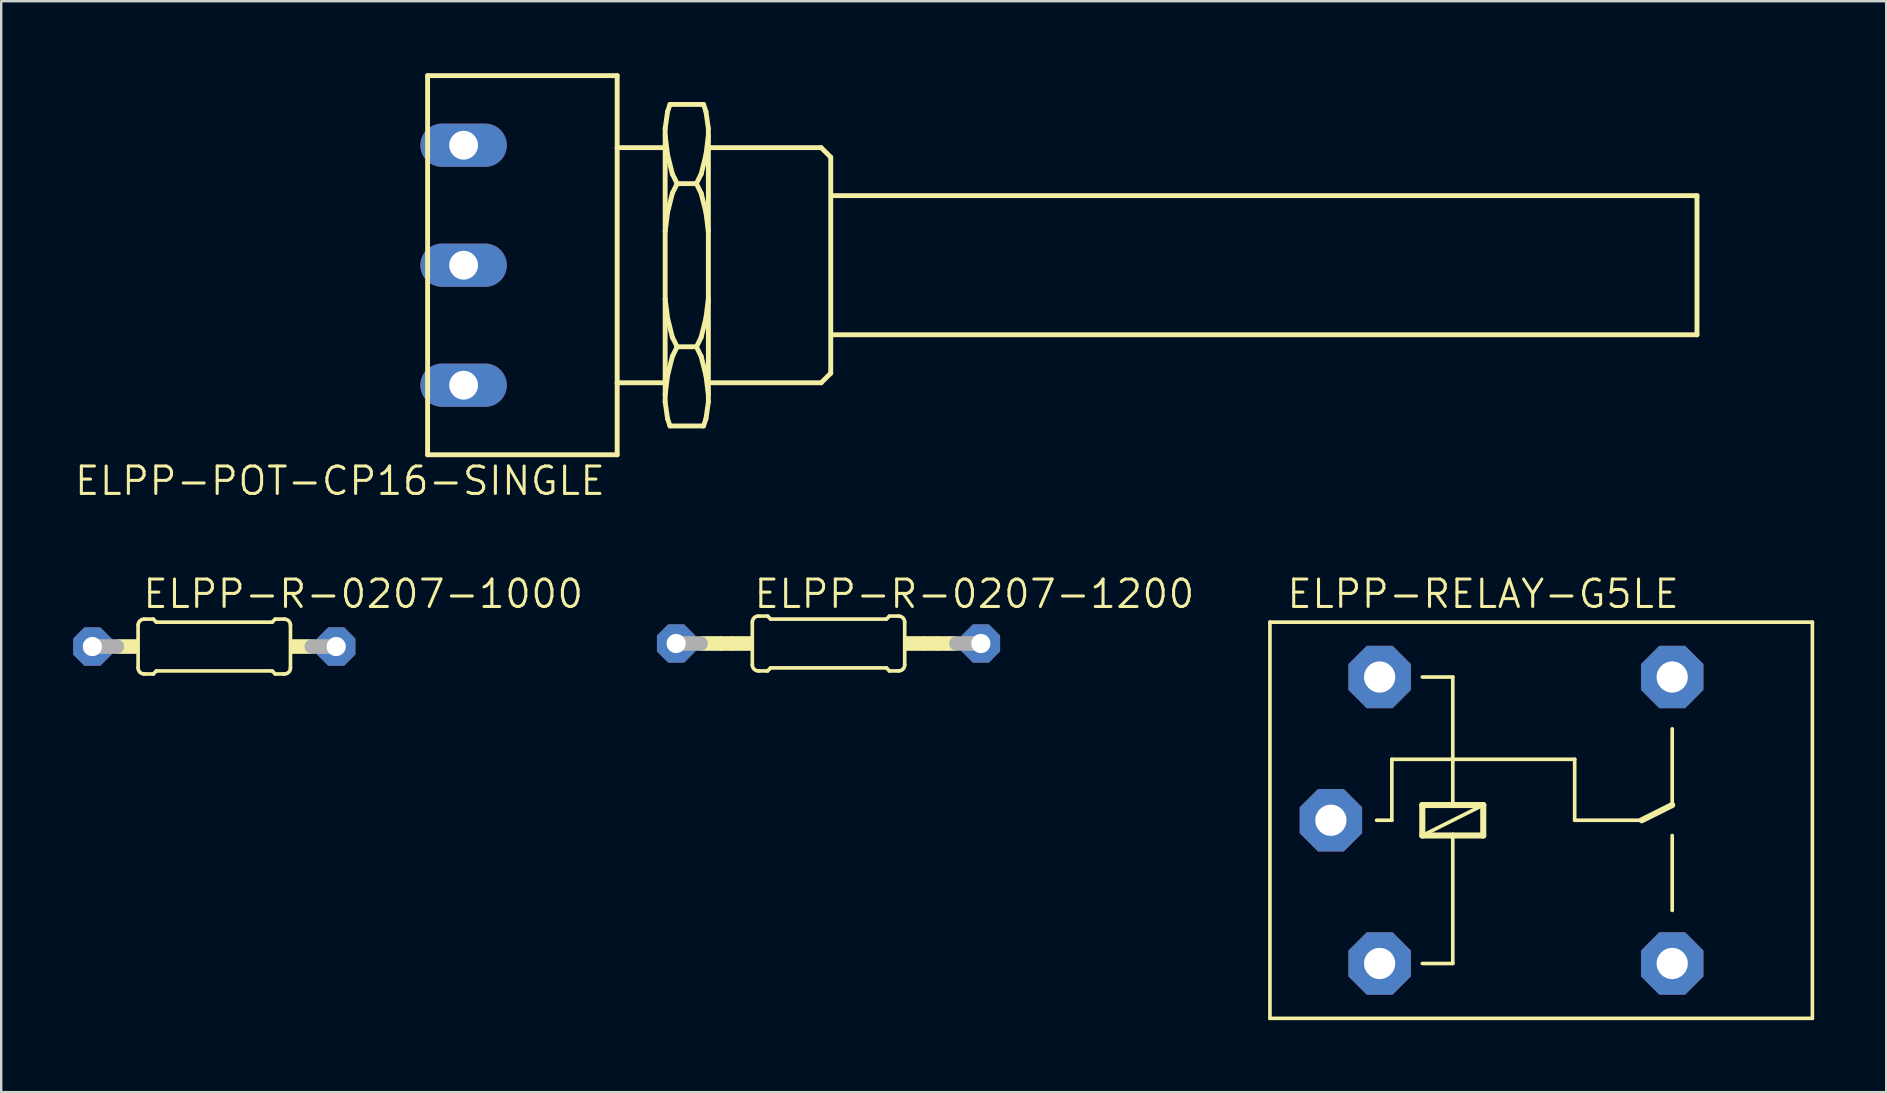
<source format=kicad_pcb>
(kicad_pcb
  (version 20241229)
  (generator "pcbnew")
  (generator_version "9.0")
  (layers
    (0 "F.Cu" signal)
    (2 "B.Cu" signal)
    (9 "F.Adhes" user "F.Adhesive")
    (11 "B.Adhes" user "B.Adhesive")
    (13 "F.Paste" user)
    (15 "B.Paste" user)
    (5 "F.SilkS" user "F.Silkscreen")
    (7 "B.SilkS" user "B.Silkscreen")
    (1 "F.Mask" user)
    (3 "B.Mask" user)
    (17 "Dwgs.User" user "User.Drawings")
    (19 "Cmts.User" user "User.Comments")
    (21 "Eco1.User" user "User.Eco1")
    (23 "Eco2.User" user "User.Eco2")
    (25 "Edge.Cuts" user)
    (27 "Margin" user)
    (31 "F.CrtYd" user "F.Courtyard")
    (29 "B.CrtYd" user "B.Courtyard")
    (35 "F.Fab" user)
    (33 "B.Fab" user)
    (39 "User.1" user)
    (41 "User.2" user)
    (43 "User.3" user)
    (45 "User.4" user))
  (footprint "ELPP-R-0207-1000"
    (layer "F.Cu")
    (at 5.88 23.894)
    (property "Reference" "ELPP-R-0207-1000" (at -3.048 -1.524 0) (unlocked yes) (layer "F.SilkS") (effects (font (size 1.143 1.143) (thickness 0.127)) (justify left bottom)))
    (fp_line (start -3.175 0.889) (end -3.175 -0.889) (stroke (width 0.152) (type solid)) (layer "F.SilkS"))
    (fp_line (start -2.921 -1.143) (end -2.54 -1.143) (stroke (width 0.152) (type solid)) (layer "F.SilkS"))
    (fp_line (start -2.921 1.143) (end -2.54 1.143) (stroke (width 0.152) (type solid)) (layer "F.SilkS"))
    (fp_line (start -2.413 -1.016) (end -2.54 -1.143) (stroke (width 0.152) (type solid)) (layer "F.SilkS"))
    (fp_line (start -2.413 1.016) (end -2.54 1.143) (stroke (width 0.152) (type solid)) (layer "F.SilkS"))
    (fp_line (start 2.413 -1.016) (end -2.413 -1.016) (stroke (width 0.152) (type solid)) (layer "F.SilkS"))
    (fp_line (start 2.413 -1.016) (end 2.54 -1.143) (stroke (width 0.152) (type solid)) (layer "F.SilkS"))
    (fp_line (start 2.413 1.016) (end -2.413 1.016) (stroke (width 0.152) (type solid)) (layer "F.SilkS"))
    (fp_line (start 2.413 1.016) (end 2.54 1.143) (stroke (width 0.152) (type solid)) (layer "F.SilkS"))
    (fp_line (start 2.921 -1.143) (end 2.54 -1.143) (stroke (width 0.152) (type solid)) (layer "F.SilkS"))
    (fp_line (start 2.921 1.143) (end 2.54 1.143) (stroke (width 0.152) (type solid)) (layer "F.SilkS"))
    (fp_line (start 3.175 0.889) (end 3.175 -0.889) (stroke (width 0.152) (type solid)) (layer "F.SilkS"))
    (fp_arc (start -3.175 -0.889) (mid -3.100605 -1.068605) (end -2.921 -1.143) (stroke (width 0.1524) (type solid)) (layer "F.SilkS"))
    (fp_arc (start -2.921 1.143) (mid -3.100605 1.068605) (end -3.175 0.889) (stroke (width 0.1524) (type solid)) (layer "F.SilkS"))
    (fp_arc (start 2.921 -1.143) (mid 3.100605 -1.068605) (end 3.175 -0.889) (stroke (width 0.1524) (type solid)) (layer "F.SilkS"))
    (fp_arc (start 3.175 0.889) (mid 3.100605 1.068605) (end 2.921 1.143) (stroke (width 0.1524) (type solid)) (layer "F.SilkS"))
    (fp_poly (pts (xy -4.039 0.305) (xy -3.175 0.305) (xy -3.175 -0.305) (xy -4.039 -0.305)) (stroke (width 0) (type default)) (fill yes) (layer "F.SilkS"))
    (fp_poly (pts (xy 3.175 0.305) (xy 4.039 0.305) (xy 4.039 -0.305) (xy 3.175 -0.305)) (stroke (width 0) (type default)) (fill yes) (layer "F.SilkS"))
    (fp_line (start -5.08 0) (end -4.064 0) (stroke (width 0.61) (type solid)) (layer "F.Fab"))
    (fp_line (start 5.08 0) (end 4.064 0) (stroke (width 0.61) (type solid)) (layer "F.Fab"))
    (pad "1" thru_hole roundrect (at -5.08 0) (size 1.6 1.6) (drill 0.8) (layers "*.Cu" "*.Mask") (roundrect_rratio 0.25) (chamfer_ratio 0.293) (chamfer top_left top_right bottom_left bottom_right))
    (pad "2" thru_hole roundrect (at 5.08 0) (size 1.6 1.6) (drill 0.8) (layers "*.Cu" "*.Mask") (roundrect_rratio 0.25) (chamfer_ratio 0.293) (chamfer top_left top_right bottom_left bottom_right)))
  (footprint "ELPP-R-0207-1200"
    (layer "F.Cu")
    (at 31.477 23.767)
    (property "Reference" "ELPP-R-0207-1200" (at -3.175 -1.397 0) (unlocked yes) (layer "F.SilkS") (effects (font (size 1.143 1.143) (thickness 0.127)) (justify left bottom)))
    (fp_line (start -4.445 0) (end -4.064 0) (stroke (width 0.61) (type solid)) (layer "F.SilkS"))
    (fp_line (start -3.175 0.889) (end -3.175 -0.889) (stroke (width 0.152) (type solid)) (layer "F.SilkS"))
    (fp_line (start -2.921 -1.143) (end -2.54 -1.143) (stroke (width 0.152) (type solid)) (layer "F.SilkS"))
    (fp_line (start -2.921 1.143) (end -2.54 1.143) (stroke (width 0.152) (type solid)) (layer "F.SilkS"))
    (fp_line (start -2.413 -1.016) (end -2.54 -1.143) (stroke (width 0.152) (type solid)) (layer "F.SilkS"))
    (fp_line (start -2.413 1.016) (end -2.54 1.143) (stroke (width 0.152) (type solid)) (layer "F.SilkS"))
    (fp_line (start 2.413 -1.016) (end -2.413 -1.016) (stroke (width 0.152) (type solid)) (layer "F.SilkS"))
    (fp_line (start 2.413 -1.016) (end 2.54 -1.143) (stroke (width 0.152) (type solid)) (layer "F.SilkS"))
    (fp_line (start 2.413 1.016) (end -2.413 1.016) (stroke (width 0.152) (type solid)) (layer "F.SilkS"))
    (fp_line (start 2.413 1.016) (end 2.54 1.143) (stroke (width 0.152) (type solid)) (layer "F.SilkS"))
    (fp_line (start 2.921 -1.143) (end 2.54 -1.143) (stroke (width 0.152) (type solid)) (layer "F.SilkS"))
    (fp_line (start 2.921 1.143) (end 2.54 1.143) (stroke (width 0.152) (type solid)) (layer "F.SilkS"))
    (fp_line (start 3.175 0.889) (end 3.175 -0.889) (stroke (width 0.152) (type solid)) (layer "F.SilkS"))
    (fp_line (start 4.445 0) (end 4.064 0) (stroke (width 0.61) (type solid)) (layer "F.SilkS"))
    (fp_arc (start -3.175 -0.889) (mid -3.100605 -1.068605) (end -2.921 -1.143) (stroke (width 0.1524) (type solid)) (layer "F.SilkS"))
    (fp_arc (start -2.921 1.143) (mid -3.100605 1.068605) (end -3.175 0.889) (stroke (width 0.1524) (type solid)) (layer "F.SilkS"))
    (fp_arc (start 2.921 -1.143) (mid 3.100605 -1.068605) (end 3.175 -0.889) (stroke (width 0.1524) (type solid)) (layer "F.SilkS"))
    (fp_arc (start 3.175 0.889) (mid 3.100605 1.068605) (end 2.921 1.143) (stroke (width 0.1524) (type solid)) (layer "F.SilkS"))
    (fp_poly (pts (xy -5.309 0.305) (xy -4.445 0.305) (xy -4.445 -0.305) (xy -5.309 -0.305)) (stroke (width 0) (type default)) (fill yes) (layer "F.SilkS"))
    (fp_poly (pts (xy -4.039 0.305) (xy -3.175 0.305) (xy -3.175 -0.305) (xy -4.039 -0.305)) (stroke (width 0) (type default)) (fill yes) (layer "F.SilkS"))
    (fp_poly (pts (xy 3.175 0.305) (xy 4.039 0.305) (xy 4.039 -0.305) (xy 3.175 -0.305)) (stroke (width 0) (type default)) (fill yes) (layer "F.SilkS"))
    (fp_poly (pts (xy 4.445 0.305) (xy 5.309 0.305) (xy 5.309 -0.305) (xy 4.445 -0.305)) (stroke (width 0) (type default)) (fill yes) (layer "F.SilkS"))
    (fp_line (start -6.35 0) (end -5.334 0) (stroke (width 0.61) (type solid)) (layer "F.Fab"))
    (fp_line (start 6.35 0) (end 5.334 0) (stroke (width 0.61) (type solid)) (layer "F.Fab"))
    (pad "1" thru_hole roundrect (at -6.35 0) (size 1.6 1.6) (drill 0.8) (layers "*.Cu" "*.Mask") (roundrect_rratio 0.25) (chamfer_ratio 0.293) (chamfer top_left top_right bottom_left bottom_right))
    (pad "2" thru_hole roundrect (at 6.35 0) (size 1.6 1.6) (drill 0.8) (layers "*.Cu" "*.Mask") (roundrect_rratio 0.25) (chamfer_ratio 0.293) (chamfer top_left top_right bottom_left bottom_right)))
  (footprint "ELPP-POT-CP16-SINGLE"
    (layer "F.Cu")
    (at 16.42 8.002)
    (property "Reference" "ELPP-POT-CP16-SINGLE" (at 5.83 8.32 0) (unlocked yes) (layer "F.SilkS") (effects (font (size 1.143 1.143) (thickness 0.127)) (justify right top)))
    (fp_line (start -1.65 7.9) (end -1.65 -7.9) (stroke (width 0.203) (type solid)) (layer "F.SilkS"))
    (fp_line (start -1.65 7.9) (end 6.25 7.9) (stroke (width 0.203) (type solid)) (layer "F.SilkS"))
    (fp_line (start 6.25 -7.9) (end -1.65 -7.9) (stroke (width 0.203) (type solid)) (layer "F.SilkS"))
    (fp_line (start 6.25 -4.9) (end 6.25 -7.9) (stroke (width 0.203) (type solid)) (layer "F.SilkS"))
    (fp_line (start 6.25 -4.9) (end 8.25 -4.9) (stroke (width 0.203) (type solid)) (layer "F.SilkS"))
    (fp_line (start 6.25 4.9) (end 6.25 -4.9) (stroke (width 0.203) (type solid)) (layer "F.SilkS"))
    (fp_line (start 6.25 4.9) (end 8.25 4.9) (stroke (width 0.203) (type solid)) (layer "F.SilkS"))
    (fp_line (start 6.25 7.9) (end 6.25 4.9) (stroke (width 0.203) (type solid)) (layer "F.SilkS"))
    (fp_line (start 8.25 -5.7) (end 8.35 -6.4) (stroke (width 0.203) (type solid)) (layer "F.SilkS"))
    (fp_line (start 8.25 -4.9) (end 8.25 -5.7) (stroke (width 0.203) (type solid)) (layer "F.SilkS"))
    (fp_line (start 8.25 4.9) (end 8.25 -4.9) (stroke (width 0.203) (type solid)) (layer "F.SilkS"))
    (fp_line (start 8.25 5.7) (end 8.25 4.9) (stroke (width 0.203) (type solid)) (layer "F.SilkS"))
    (fp_line (start 8.35 -6.4) (end 8.45 -6.7) (stroke (width 0.203) (type solid)) (layer "F.SilkS"))
    (fp_line (start 8.35 -4.6) (end 8.25 -5.4) (stroke (width 0.203) (type solid)) (layer "F.SilkS"))
    (fp_line (start 8.35 -2.2) (end 8.25 -1.4) (stroke (width 0.203) (type solid)) (layer "F.SilkS"))
    (fp_line (start 8.35 2.2) (end 8.25 1.4) (stroke (width 0.203) (type solid)) (layer "F.SilkS"))
    (fp_line (start 8.35 4.6) (end 8.25 5.4) (stroke (width 0.203) (type solid)) (layer "F.SilkS"))
    (fp_line (start 8.35 6.4) (end 8.25 5.7) (stroke (width 0.203) (type solid)) (layer "F.SilkS"))
    (fp_line (start 8.45 -6.7) (end 9.85 -6.7) (stroke (width 0.203) (type solid)) (layer "F.SilkS"))
    (fp_line (start 8.45 6.7) (end 8.35 6.4) (stroke (width 0.203) (type solid)) (layer "F.SilkS"))
    (fp_line (start 8.55 -3.8) (end 8.35 -4.6) (stroke (width 0.203) (type solid)) (layer "F.SilkS"))
    (fp_line (start 8.55 -3) (end 8.35 -2.2) (stroke (width 0.203) (type solid)) (layer "F.SilkS"))
    (fp_line (start 8.55 3) (end 8.35 2.2) (stroke (width 0.203) (type solid)) (layer "F.SilkS"))
    (fp_line (start 8.55 3.8) (end 8.35 4.6) (stroke (width 0.203) (type solid)) (layer "F.SilkS"))
    (fp_line (start 8.75 -3.4) (end 8.55 -3.8) (stroke (width 0.203) (type solid)) (layer "F.SilkS"))
    (fp_line (start 8.75 -3.4) (end 8.55 -3) (stroke (width 0.203) (type solid)) (layer "F.SilkS"))
    (fp_line (start 8.75 -3.4) (end 9.55 -3.4) (stroke (width 0.203) (type solid)) (layer "F.SilkS"))
    (fp_line (start 8.75 3.4) (end 8.55 3) (stroke (width 0.203) (type solid)) (layer "F.SilkS"))
    (fp_line (start 8.75 3.4) (end 8.55 3.8) (stroke (width 0.203) (type solid)) (layer "F.SilkS"))
    (fp_line (start 8.75 3.4) (end 9.55 3.4) (stroke (width 0.203) (type solid)) (layer "F.SilkS"))
    (fp_line (start 9.55 -3.4) (end 9.75 -3.8) (stroke (width 0.203) (type solid)) (layer "F.SilkS"))
    (fp_line (start 9.55 -3.4) (end 9.75 -3) (stroke (width 0.203) (type solid)) (layer "F.SilkS"))
    (fp_line (start 9.55 3.4) (end 9.75 3.8) (stroke (width 0.203) (type solid)) (layer "F.SilkS"))
    (fp_line (start 9.55 3.407) (end 9.75 3.007) (stroke (width 0.203) (type solid)) (layer "F.SilkS"))
    (fp_line (start 9.75 -3.8) (end 9.95 -4.6) (stroke (width 0.203) (type solid)) (layer "F.SilkS"))
    (fp_line (start 9.75 -3) (end 9.95 -2.2) (stroke (width 0.203) (type solid)) (layer "F.SilkS"))
    (fp_line (start 9.75 3) (end 9.95 2.2) (stroke (width 0.203) (type solid)) (layer "F.SilkS"))
    (fp_line (start 9.75 3.8) (end 9.95 4.6) (stroke (width 0.203) (type solid)) (layer "F.SilkS"))
    (fp_line (start 9.85 -6.7) (end 9.95 -6.4) (stroke (width 0.203) (type solid)) (layer "F.SilkS"))
    (fp_line (start 9.85 6.7) (end 8.45 6.7) (stroke (width 0.203) (type solid)) (layer "F.SilkS"))
    (fp_line (start 9.95 -6.4) (end 10.05 -5.7) (stroke (width 0.203) (type solid)) (layer "F.SilkS"))
    (fp_line (start 9.95 -4.6) (end 10.05 -5.4) (stroke (width 0.203) (type solid)) (layer "F.SilkS"))
    (fp_line (start 9.95 -2.2) (end 10.05 -1.4) (stroke (width 0.203) (type solid)) (layer "F.SilkS"))
    (fp_line (start 9.95 2.2) (end 10.05 1.4) (stroke (width 0.203) (type solid)) (layer "F.SilkS"))
    (fp_line (start 9.95 4.6) (end 10.05 5.4) (stroke (width 0.203) (type solid)) (layer "F.SilkS"))
    (fp_line (start 9.95 6.4) (end 9.85 6.7) (stroke (width 0.203) (type solid)) (layer "F.SilkS"))
    (fp_line (start 10.05 -5.7) (end 10.05 -4.9) (stroke (width 0.203) (type solid)) (layer "F.SilkS"))
    (fp_line (start 10.05 -4.9) (end 10.05 4.9) (stroke (width 0.203) (type solid)) (layer "F.SilkS"))
    (fp_line (start 10.05 -4.9) (end 14.75 -4.9) (stroke (width 0.203) (type solid)) (layer "F.SilkS"))
    (fp_line (start 10.05 4.9) (end 10.05 5.7) (stroke (width 0.203) (type solid)) (layer "F.SilkS"))
    (fp_line (start 10.05 4.9) (end 14.75 4.9) (stroke (width 0.203) (type solid)) (layer "F.SilkS"))
    (fp_line (start 10.05 5.7) (end 9.95 6.4) (stroke (width 0.203) (type solid)) (layer "F.SilkS"))
    (fp_line (start 14.75 4.9) (end 15.15 4.5) (stroke (width 0.203) (type solid)) (layer "F.SilkS"))
    (fp_line (start 15.15 -4.5) (end 14.75 -4.9) (stroke (width 0.203) (type solid)) (layer "F.SilkS"))
    (fp_line (start 15.15 4.5) (end 15.15 -4.5) (stroke (width 0.203) (type solid)) (layer "F.SilkS"))
    (fp_line (start 15.25 -2.9) (end 51.25 -2.9) (stroke (width 0.203) (type solid)) (layer "F.SilkS"))
    (fp_line (start 15.25 2.9) (end 51.25 2.9) (stroke (width 0.203) (type solid)) (layer "F.SilkS"))
    (fp_line (start 51.25 2.9) (end 51.25 -2.9) (stroke (width 0.203) (type solid)) (layer "F.SilkS"))
    (pad "1A" thru_hole oval (at -0.15 5 180) (size 3.6 1.8) (drill 1.2) (layers "*.Cu" "*.Mask"))
    (pad "1E" thru_hole oval (at -0.15 -5 180) (size 3.6 1.8) (drill 1.2) (layers "*.Cu" "*.Mask"))
    (pad "1S" thru_hole oval (at -0.15 0 180) (size 3.6 1.8) (drill 1.2) (layers "*.Cu" "*.Mask")))
  (footprint "ELPP-RELAY-G5LE"
    (layer "F.Cu")
    (at 61.938 31.133)
    (property "Reference" "ELPP-RELAY-G5LE" (at -11.43 -8.763 0) (unlocked yes) (layer "F.SilkS") (effects (font (size 1.143 1.143) (thickness 0.127)) (justify left bottom)))
    (fp_line (start -12.065 -8.255) (end -12.065 8.255) (stroke (width 0.152) (type solid)) (layer "F.SilkS"))
    (fp_line (start -12.065 -8.255) (end 10.541 -8.255) (stroke (width 0.152) (type solid)) (layer "F.SilkS"))
    (fp_line (start -6.985 -2.54) (end -6.985 0) (stroke (width 0.152) (type solid)) (layer "F.SilkS"))
    (fp_line (start -6.985 0) (end -7.62 0) (stroke (width 0.152) (type solid)) (layer "F.SilkS"))
    (fp_line (start -5.715 -5.969) (end -4.445 -5.969) (stroke (width 0.152) (type solid)) (layer "F.SilkS"))
    (fp_line (start -5.715 0.635) (end -5.715 -0.635) (stroke (width 0.254) (type solid)) (layer "F.SilkS"))
    (fp_line (start -5.715 0.635) (end -4.445 0.635) (stroke (width 0.254) (type solid)) (layer "F.SilkS"))
    (fp_line (start -5.715 0.635) (end -3.175 -0.635) (stroke (width 0.152) (type solid)) (layer "F.SilkS"))
    (fp_line (start -4.445 -5.969) (end -4.445 -0.635) (stroke (width 0.152) (type solid)) (layer "F.SilkS"))
    (fp_line (start -4.445 -0.635) (end -5.715 -0.635) (stroke (width 0.254) (type solid)) (layer "F.SilkS"))
    (fp_line (start -4.445 0.635) (end -4.445 5.969) (stroke (width 0.152) (type solid)) (layer "F.SilkS"))
    (fp_line (start -4.445 0.635) (end -3.175 0.635) (stroke (width 0.254) (type solid)) (layer "F.SilkS"))
    (fp_line (start -4.445 5.969) (end -5.715 5.969) (stroke (width 0.152) (type solid)) (layer "F.SilkS"))
    (fp_line (start -3.175 -0.635) (end -4.445 -0.635) (stroke (width 0.254) (type solid)) (layer "F.SilkS"))
    (fp_line (start -3.175 0.635) (end -3.175 -0.635) (stroke (width 0.254) (type solid)) (layer "F.SilkS"))
    (fp_line (start 0.635 -2.54) (end -6.985 -2.54) (stroke (width 0.152) (type solid)) (layer "F.SilkS"))
    (fp_line (start 0.635 0) (end 0.635 -2.54) (stroke (width 0.152) (type solid)) (layer "F.SilkS"))
    (fp_line (start 0.635 0) (end 3.429 0) (stroke (width 0.152) (type solid)) (layer "F.SilkS"))
    (fp_line (start 3.429 0) (end 4.699 -0.635) (stroke (width 0.254) (type solid)) (layer "F.SilkS"))
    (fp_line (start 4.699 -3.81) (end 4.699 -0.686) (stroke (width 0.152) (type solid)) (layer "F.SilkS"))
    (fp_line (start 4.699 0.635) (end 4.699 3.759) (stroke (width 0.152) (type solid)) (layer "F.SilkS"))
    (fp_line (start 10.541 8.255) (end -12.065 8.255) (stroke (width 0.152) (type solid)) (layer "F.SilkS"))
    (fp_line (start 10.541 8.255) (end 10.541 -8.255) (stroke (width 0.152) (type solid)) (layer "F.SilkS"))
    (pad "1" thru_hole roundrect (at -7.493 5.969) (size 2.6 2.6) (drill 1.3) (layers "*.Cu" "*.Mask") (roundrect_rratio 0.25) (chamfer_ratio 0.293) (chamfer top_left top_right bottom_left bottom_right))
    (pad "2" thru_hole roundrect (at -7.493 -5.969) (size 2.6 2.6) (drill 1.3) (layers "*.Cu" "*.Mask") (roundrect_rratio 0.25) (chamfer_ratio 0.293) (chamfer top_left top_right bottom_left bottom_right))
    (pad "O" thru_hole roundrect (at 4.699 -5.969) (size 2.6 2.6) (drill 1.3) (layers "*.Cu" "*.Mask") (roundrect_rratio 0.25) (chamfer_ratio 0.293) (chamfer top_left top_right bottom_left bottom_right))
    (pad "P" thru_hole roundrect (at -9.525 0) (size 2.6 2.6) (drill 1.3) (layers "*.Cu" "*.Mask") (roundrect_rratio 0.25) (chamfer_ratio 0.293) (chamfer top_left top_right bottom_left bottom_right))
    (pad "S" thru_hole roundrect (at 4.699 5.969) (size 2.6 2.6) (drill 1.3) (layers "*.Cu" "*.Mask") (roundrect_rratio 0.25) (chamfer_ratio 0.293) (chamfer top_left top_right bottom_left bottom_right)))
  (gr_rect
    (start -3 -3)
    (end 75.555 42.464)
    (stroke (width 0.1) (type default))
    (fill no)
    (layer "Edge.Cuts")))
</source>
